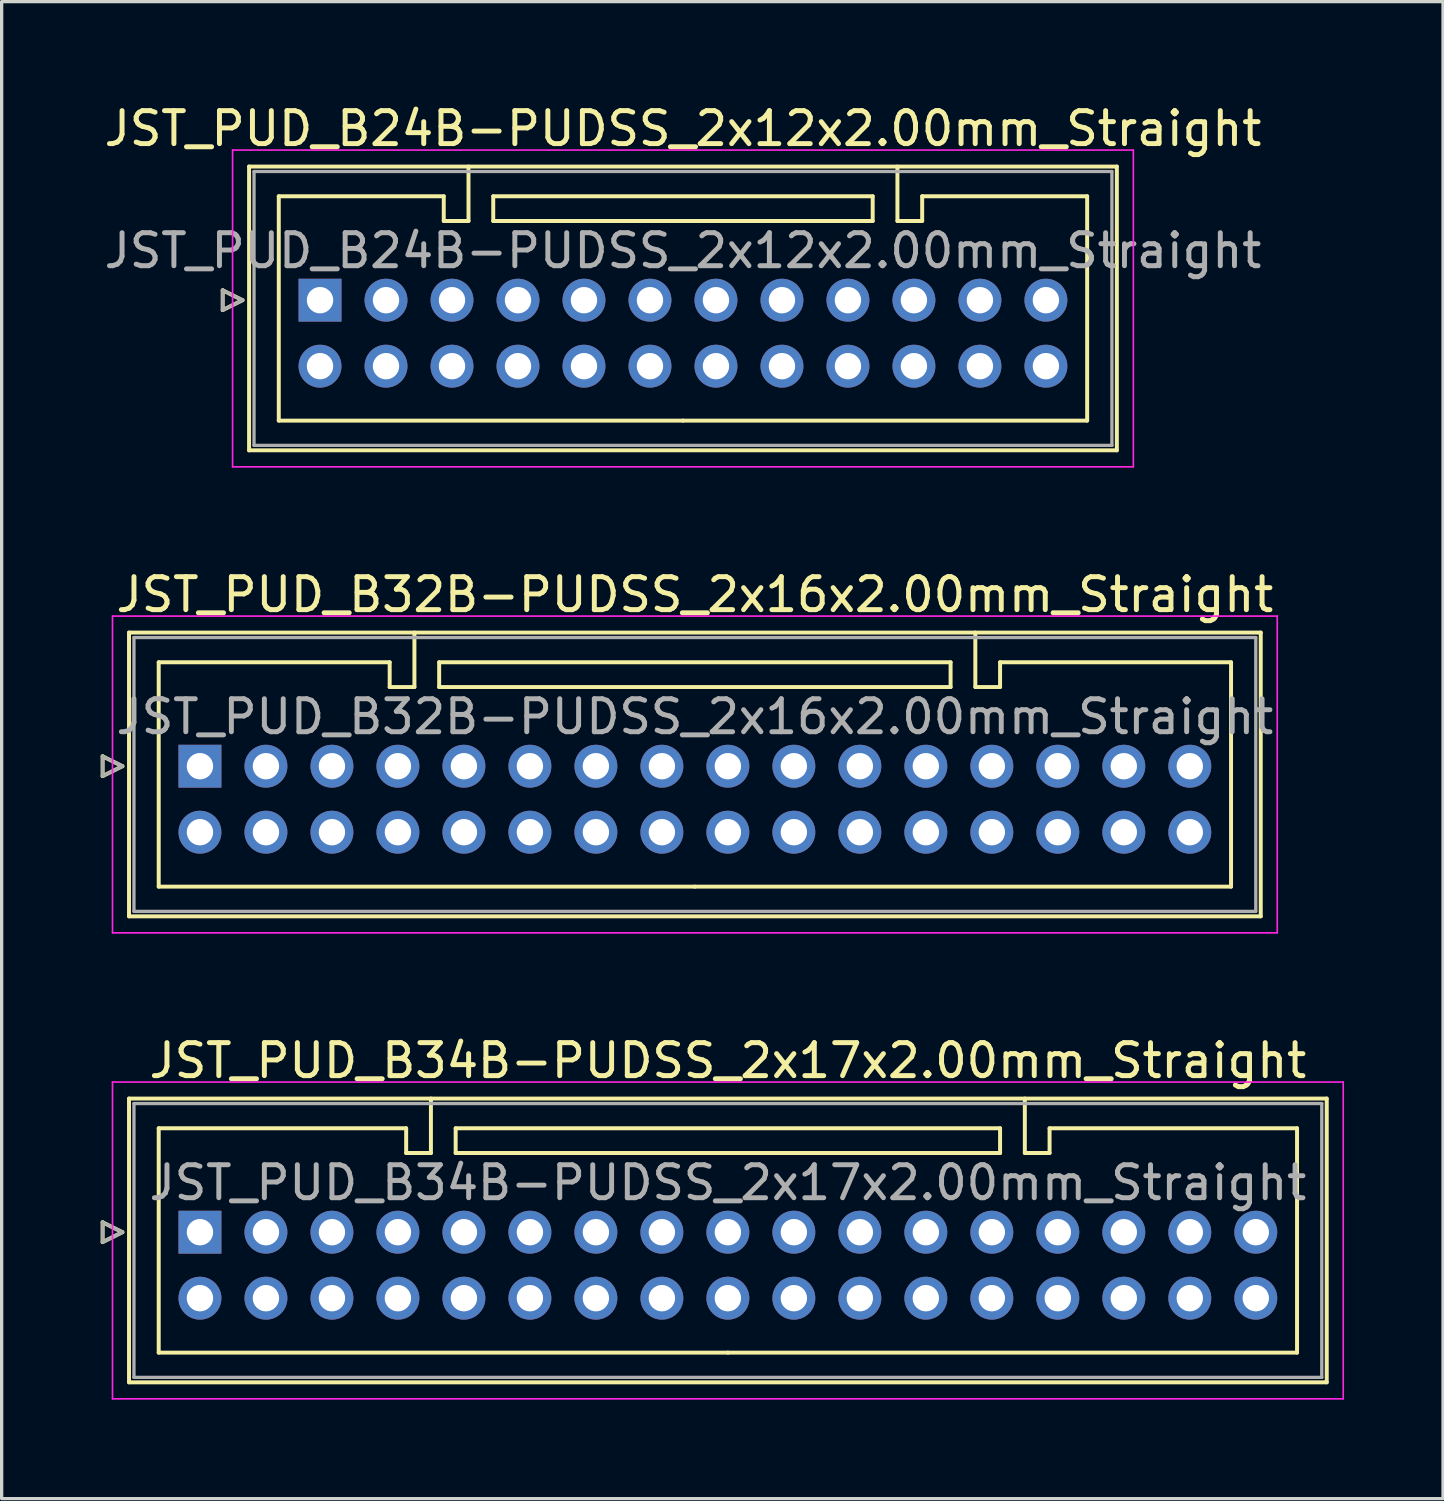
<source format=kicad_pcb>
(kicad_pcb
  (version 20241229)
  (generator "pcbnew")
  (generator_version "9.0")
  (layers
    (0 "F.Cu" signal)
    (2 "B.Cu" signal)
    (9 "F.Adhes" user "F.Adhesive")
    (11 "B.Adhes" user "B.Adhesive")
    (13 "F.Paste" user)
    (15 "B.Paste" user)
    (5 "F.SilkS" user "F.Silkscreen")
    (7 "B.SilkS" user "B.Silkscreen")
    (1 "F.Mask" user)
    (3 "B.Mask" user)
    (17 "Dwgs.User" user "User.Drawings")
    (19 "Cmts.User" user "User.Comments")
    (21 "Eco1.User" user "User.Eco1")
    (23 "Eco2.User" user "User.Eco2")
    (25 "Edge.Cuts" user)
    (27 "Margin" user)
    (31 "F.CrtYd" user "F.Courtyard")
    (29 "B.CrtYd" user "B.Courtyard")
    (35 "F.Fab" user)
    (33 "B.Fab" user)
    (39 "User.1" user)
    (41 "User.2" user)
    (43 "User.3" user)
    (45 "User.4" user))
  (footprint "JST_PUD_B34B-PUDSS_2x17x2.00mm_Straight"
    (layer "F.Cu")
    (at 3.01 34.295)
    (property "Reference" "JST_PUD_B34B-PUDSS_2x17x2.00mm_Straight" (at 16 -5.2 0) (layer "F.SilkS") (effects (font (size 1 1) (thickness 0.15))))
    (attr through_hole)
    (fp_line (start -2.95 -0.3) (end -2.35 0) (stroke (width 0.12) (type solid)) (layer "F.SilkS"))
    (fp_line (start -2.95 0.3) (end -2.95 -0.3) (stroke (width 0.12) (type solid)) (layer "F.SilkS"))
    (fp_line (start -2.35 0) (end -2.95 0.3) (stroke (width 0.12) (type solid)) (layer "F.SilkS"))
    (fp_line (start -2.15 -4.05) (end -2.15 4.55) (stroke (width 0.12) (type solid)) (layer "F.SilkS"))
    (fp_line (start -2.15 4.55) (end 34.15 4.55) (stroke (width 0.12) (type solid)) (layer "F.SilkS"))
    (fp_line (start -1.25 -3.15) (end -1.25 3.65) (stroke (width 0.12) (type solid)) (layer "F.SilkS"))
    (fp_line (start -1.25 3.65) (end 16 3.65) (stroke (width 0.12) (type solid)) (layer "F.SilkS"))
    (fp_line (start 6.25 -3.15) (end -1.25 -3.15) (stroke (width 0.12) (type solid)) (layer "F.SilkS"))
    (fp_line (start 6.25 -2.4) (end 6.25 -3.15) (stroke (width 0.12) (type solid)) (layer "F.SilkS"))
    (fp_line (start 7 -4.05) (end 7 -2.4) (stroke (width 0.12) (type solid)) (layer "F.SilkS"))
    (fp_line (start 7 -2.4) (end 6.25 -2.4) (stroke (width 0.12) (type solid)) (layer "F.SilkS"))
    (fp_line (start 7.75 -3.15) (end 7.75 -2.4) (stroke (width 0.12) (type solid)) (layer "F.SilkS"))
    (fp_line (start 7.75 -2.4) (end 24.25 -2.4) (stroke (width 0.12) (type solid)) (layer "F.SilkS"))
    (fp_line (start 24.25 -3.15) (end 7.75 -3.15) (stroke (width 0.12) (type solid)) (layer "F.SilkS"))
    (fp_line (start 24.25 -2.4) (end 24.25 -3.15) (stroke (width 0.12) (type solid)) (layer "F.SilkS"))
    (fp_line (start 25 -4.05) (end 25 -2.4) (stroke (width 0.12) (type solid)) (layer "F.SilkS"))
    (fp_line (start 25 -2.4) (end 25.75 -2.4) (stroke (width 0.12) (type solid)) (layer "F.SilkS"))
    (fp_line (start 25.75 -3.15) (end 33.25 -3.15) (stroke (width 0.12) (type solid)) (layer "F.SilkS"))
    (fp_line (start 25.75 -2.4) (end 25.75 -3.15) (stroke (width 0.12) (type solid)) (layer "F.SilkS"))
    (fp_line (start 33.25 -3.15) (end 33.25 3.65) (stroke (width 0.12) (type solid)) (layer "F.SilkS"))
    (fp_line (start 33.25 3.65) (end 16 3.65) (stroke (width 0.12) (type solid)) (layer "F.SilkS"))
    (fp_line (start 34.15 -4.05) (end -2.15 -4.05) (stroke (width 0.12) (type solid)) (layer "F.SilkS"))
    (fp_line (start 34.15 4.55) (end 34.15 -4.05) (stroke (width 0.12) (type solid)) (layer "F.SilkS"))
    (fp_line (start -2.65 -4.55) (end -2.65 5.05) (stroke (width 0.05) (type solid)) (layer "F.CrtYd"))
    (fp_line (start -2.65 5.05) (end 34.65 5.05) (stroke (width 0.05) (type solid)) (layer "F.CrtYd"))
    (fp_line (start 34.65 -4.55) (end -2.65 -4.55) (stroke (width 0.05) (type solid)) (layer "F.CrtYd"))
    (fp_line (start 34.65 5.05) (end 34.65 -4.55) (stroke (width 0.05) (type solid)) (layer "F.CrtYd"))
    (fp_line (start -2.95 -0.3) (end -2.35 0) (stroke (width 0.1) (type solid)) (layer "F.Fab"))
    (fp_line (start -2.95 0.3) (end -2.95 -0.3) (stroke (width 0.1) (type solid)) (layer "F.Fab"))
    (fp_line (start -2.35 0) (end -2.95 0.3) (stroke (width 0.1) (type solid)) (layer "F.Fab"))
    (fp_line (start -2 -3.9) (end -2 4.4) (stroke (width 0.1) (type solid)) (layer "F.Fab"))
    (fp_line (start -2 4.4) (end 34 4.4) (stroke (width 0.1) (type solid)) (layer "F.Fab"))
    (fp_line (start 34 -3.9) (end -2 -3.9) (stroke (width 0.1) (type solid)) (layer "F.Fab"))
    (fp_line (start 34 4.4) (end 34 -3.9) (stroke (width 0.1) (type solid)) (layer "F.Fab"))
    (fp_text user "${REFERENCE}" (at 16 -1.5 0) (layer "F.Fab") (effects (font (size 1 1) (thickness 0.15))))
    (pad "1" thru_hole rect (at 0 0) (size 1.3 1.3) (drill 0.8) (layers "*.Cu" "*.Mask"))
    (pad "2" thru_hole circle (at 0 2) (size 1.3 1.3) (drill 0.8) (layers "*.Cu" "*.Mask"))
    (pad "3" thru_hole circle (at 2 0) (size 1.3 1.3) (drill 0.8) (layers "*.Cu" "*.Mask"))
    (pad "4" thru_hole circle (at 2 2) (size 1.3 1.3) (drill 0.8) (layers "*.Cu" "*.Mask"))
    (pad "5" thru_hole circle (at 4 0) (size 1.3 1.3) (drill 0.8) (layers "*.Cu" "*.Mask"))
    (pad "6" thru_hole circle (at 4 2) (size 1.3 1.3) (drill 0.8) (layers "*.Cu" "*.Mask"))
    (pad "7" thru_hole circle (at 6 0) (size 1.3 1.3) (drill 0.8) (layers "*.Cu" "*.Mask"))
    (pad "8" thru_hole circle (at 6 2) (size 1.3 1.3) (drill 0.8) (layers "*.Cu" "*.Mask"))
    (pad "9" thru_hole circle (at 8 0) (size 1.3 1.3) (drill 0.8) (layers "*.Cu" "*.Mask"))
    (pad "10" thru_hole circle (at 8 2) (size 1.3 1.3) (drill 0.8) (layers "*.Cu" "*.Mask"))
    (pad "11" thru_hole circle (at 10 0) (size 1.3 1.3) (drill 0.8) (layers "*.Cu" "*.Mask"))
    (pad "12" thru_hole circle (at 10 2) (size 1.3 1.3) (drill 0.8) (layers "*.Cu" "*.Mask"))
    (pad "13" thru_hole circle (at 12 0) (size 1.3 1.3) (drill 0.8) (layers "*.Cu" "*.Mask"))
    (pad "14" thru_hole circle (at 12 2) (size 1.3 1.3) (drill 0.8) (layers "*.Cu" "*.Mask"))
    (pad "15" thru_hole circle (at 14 0) (size 1.3 1.3) (drill 0.8) (layers "*.Cu" "*.Mask"))
    (pad "16" thru_hole circle (at 14 2) (size 1.3 1.3) (drill 0.8) (layers "*.Cu" "*.Mask"))
    (pad "17" thru_hole circle (at 16 0) (size 1.3 1.3) (drill 0.8) (layers "*.Cu" "*.Mask"))
    (pad "18" thru_hole circle (at 16 2) (size 1.3 1.3) (drill 0.8) (layers "*.Cu" "*.Mask"))
    (pad "19" thru_hole circle (at 18 0) (size 1.3 1.3) (drill 0.8) (layers "*.Cu" "*.Mask"))
    (pad "20" thru_hole circle (at 18 2) (size 1.3 1.3) (drill 0.8) (layers "*.Cu" "*.Mask"))
    (pad "21" thru_hole circle (at 20 0) (size 1.3 1.3) (drill 0.8) (layers "*.Cu" "*.Mask"))
    (pad "22" thru_hole circle (at 20 2) (size 1.3 1.3) (drill 0.8) (layers "*.Cu" "*.Mask"))
    (pad "23" thru_hole circle (at 22 0) (size 1.3 1.3) (drill 0.8) (layers "*.Cu" "*.Mask"))
    (pad "24" thru_hole circle (at 22 2) (size 1.3 1.3) (drill 0.8) (layers "*.Cu" "*.Mask"))
    (pad "25" thru_hole circle (at 24 0) (size 1.3 1.3) (drill 0.8) (layers "*.Cu" "*.Mask"))
    (pad "26" thru_hole circle (at 24 2) (size 1.3 1.3) (drill 0.8) (layers "*.Cu" "*.Mask"))
    (pad "27" thru_hole circle (at 26 0) (size 1.3 1.3) (drill 0.8) (layers "*.Cu" "*.Mask"))
    (pad "28" thru_hole circle (at 26 2) (size 1.3 1.3) (drill 0.8) (layers "*.Cu" "*.Mask"))
    (pad "29" thru_hole circle (at 28 0) (size 1.3 1.3) (drill 0.8) (layers "*.Cu" "*.Mask"))
    (pad "30" thru_hole circle (at 28 2) (size 1.3 1.3) (drill 0.8) (layers "*.Cu" "*.Mask"))
    (pad "31" thru_hole circle (at 30 0) (size 1.3 1.3) (drill 0.8) (layers "*.Cu" "*.Mask"))
    (pad "32" thru_hole circle (at 30 2) (size 1.3 1.3) (drill 0.8) (layers "*.Cu" "*.Mask"))
    (pad "33" thru_hole circle (at 32 0) (size 1.3 1.3) (drill 0.8) (layers "*.Cu" "*.Mask"))
    (pad "34" thru_hole circle (at 32 2) (size 1.3 1.3) (drill 0.8) (layers "*.Cu" "*.Mask")))
  (footprint "JST_PUD_B32B-PUDSS_2x16x2.00mm_Straight"
    (layer "F.Cu")
    (at 3.01 20.172)
    (property "Reference" "JST_PUD_B32B-PUDSS_2x16x2.00mm_Straight" (at 15 -5.2 0) (layer "F.SilkS") (effects (font (size 1 1) (thickness 0.15))))
    (attr through_hole)
    (fp_line (start -2.95 -0.3) (end -2.35 0) (stroke (width 0.12) (type solid)) (layer "F.SilkS"))
    (fp_line (start -2.95 0.3) (end -2.95 -0.3) (stroke (width 0.12) (type solid)) (layer "F.SilkS"))
    (fp_line (start -2.35 0) (end -2.95 0.3) (stroke (width 0.12) (type solid)) (layer "F.SilkS"))
    (fp_line (start -2.15 -4.05) (end -2.15 4.55) (stroke (width 0.12) (type solid)) (layer "F.SilkS"))
    (fp_line (start -2.15 4.55) (end 32.15 4.55) (stroke (width 0.12) (type solid)) (layer "F.SilkS"))
    (fp_line (start -1.25 -3.15) (end -1.25 3.65) (stroke (width 0.12) (type solid)) (layer "F.SilkS"))
    (fp_line (start -1.25 3.65) (end 15 3.65) (stroke (width 0.12) (type solid)) (layer "F.SilkS"))
    (fp_line (start 5.75 -3.15) (end -1.25 -3.15) (stroke (width 0.12) (type solid)) (layer "F.SilkS"))
    (fp_line (start 5.75 -2.4) (end 5.75 -3.15) (stroke (width 0.12) (type solid)) (layer "F.SilkS"))
    (fp_line (start 6.5 -4.05) (end 6.5 -2.4) (stroke (width 0.12) (type solid)) (layer "F.SilkS"))
    (fp_line (start 6.5 -2.4) (end 5.75 -2.4) (stroke (width 0.12) (type solid)) (layer "F.SilkS"))
    (fp_line (start 7.25 -3.15) (end 7.25 -2.4) (stroke (width 0.12) (type solid)) (layer "F.SilkS"))
    (fp_line (start 7.25 -2.4) (end 22.75 -2.4) (stroke (width 0.12) (type solid)) (layer "F.SilkS"))
    (fp_line (start 22.75 -3.15) (end 7.25 -3.15) (stroke (width 0.12) (type solid)) (layer "F.SilkS"))
    (fp_line (start 22.75 -2.4) (end 22.75 -3.15) (stroke (width 0.12) (type solid)) (layer "F.SilkS"))
    (fp_line (start 23.5 -4.05) (end 23.5 -2.4) (stroke (width 0.12) (type solid)) (layer "F.SilkS"))
    (fp_line (start 23.5 -2.4) (end 24.25 -2.4) (stroke (width 0.12) (type solid)) (layer "F.SilkS"))
    (fp_line (start 24.25 -3.15) (end 31.25 -3.15) (stroke (width 0.12) (type solid)) (layer "F.SilkS"))
    (fp_line (start 24.25 -2.4) (end 24.25 -3.15) (stroke (width 0.12) (type solid)) (layer "F.SilkS"))
    (fp_line (start 31.25 -3.15) (end 31.25 3.65) (stroke (width 0.12) (type solid)) (layer "F.SilkS"))
    (fp_line (start 31.25 3.65) (end 15 3.65) (stroke (width 0.12) (type solid)) (layer "F.SilkS"))
    (fp_line (start 32.15 -4.05) (end -2.15 -4.05) (stroke (width 0.12) (type solid)) (layer "F.SilkS"))
    (fp_line (start 32.15 4.55) (end 32.15 -4.05) (stroke (width 0.12) (type solid)) (layer "F.SilkS"))
    (fp_line (start -2.65 -4.55) (end -2.65 5.05) (stroke (width 0.05) (type solid)) (layer "F.CrtYd"))
    (fp_line (start -2.65 5.05) (end 32.65 5.05) (stroke (width 0.05) (type solid)) (layer "F.CrtYd"))
    (fp_line (start 32.65 -4.55) (end -2.65 -4.55) (stroke (width 0.05) (type solid)) (layer "F.CrtYd"))
    (fp_line (start 32.65 5.05) (end 32.65 -4.55) (stroke (width 0.05) (type solid)) (layer "F.CrtYd"))
    (fp_line (start -2.95 -0.3) (end -2.35 0) (stroke (width 0.1) (type solid)) (layer "F.Fab"))
    (fp_line (start -2.95 0.3) (end -2.95 -0.3) (stroke (width 0.1) (type solid)) (layer "F.Fab"))
    (fp_line (start -2.35 0) (end -2.95 0.3) (stroke (width 0.1) (type solid)) (layer "F.Fab"))
    (fp_line (start -2 -3.9) (end -2 4.4) (stroke (width 0.1) (type solid)) (layer "F.Fab"))
    (fp_line (start -2 4.4) (end 32 4.4) (stroke (width 0.1) (type solid)) (layer "F.Fab"))
    (fp_line (start 32 -3.9) (end -2 -3.9) (stroke (width 0.1) (type solid)) (layer "F.Fab"))
    (fp_line (start 32 4.4) (end 32 -3.9) (stroke (width 0.1) (type solid)) (layer "F.Fab"))
    (fp_text user "${REFERENCE}" (at 15 -1.5 0) (layer "F.Fab") (effects (font (size 1 1) (thickness 0.15))))
    (pad "1" thru_hole rect (at 0 0) (size 1.3 1.3) (drill 0.8) (layers "*.Cu" "*.Mask"))
    (pad "2" thru_hole circle (at 0 2) (size 1.3 1.3) (drill 0.8) (layers "*.Cu" "*.Mask"))
    (pad "3" thru_hole circle (at 2 0) (size 1.3 1.3) (drill 0.8) (layers "*.Cu" "*.Mask"))
    (pad "4" thru_hole circle (at 2 2) (size 1.3 1.3) (drill 0.8) (layers "*.Cu" "*.Mask"))
    (pad "5" thru_hole circle (at 4 0) (size 1.3 1.3) (drill 0.8) (layers "*.Cu" "*.Mask"))
    (pad "6" thru_hole circle (at 4 2) (size 1.3 1.3) (drill 0.8) (layers "*.Cu" "*.Mask"))
    (pad "7" thru_hole circle (at 6 0) (size 1.3 1.3) (drill 0.8) (layers "*.Cu" "*.Mask"))
    (pad "8" thru_hole circle (at 6 2) (size 1.3 1.3) (drill 0.8) (layers "*.Cu" "*.Mask"))
    (pad "9" thru_hole circle (at 8 0) (size 1.3 1.3) (drill 0.8) (layers "*.Cu" "*.Mask"))
    (pad "10" thru_hole circle (at 8 2) (size 1.3 1.3) (drill 0.8) (layers "*.Cu" "*.Mask"))
    (pad "11" thru_hole circle (at 10 0) (size 1.3 1.3) (drill 0.8) (layers "*.Cu" "*.Mask"))
    (pad "12" thru_hole circle (at 10 2) (size 1.3 1.3) (drill 0.8) (layers "*.Cu" "*.Mask"))
    (pad "13" thru_hole circle (at 12 0) (size 1.3 1.3) (drill 0.8) (layers "*.Cu" "*.Mask"))
    (pad "14" thru_hole circle (at 12 2) (size 1.3 1.3) (drill 0.8) (layers "*.Cu" "*.Mask"))
    (pad "15" thru_hole circle (at 14 0) (size 1.3 1.3) (drill 0.8) (layers "*.Cu" "*.Mask"))
    (pad "16" thru_hole circle (at 14 2) (size 1.3 1.3) (drill 0.8) (layers "*.Cu" "*.Mask"))
    (pad "17" thru_hole circle (at 16 0) (size 1.3 1.3) (drill 0.8) (layers "*.Cu" "*.Mask"))
    (pad "18" thru_hole circle (at 16 2) (size 1.3 1.3) (drill 0.8) (layers "*.Cu" "*.Mask"))
    (pad "19" thru_hole circle (at 18 0) (size 1.3 1.3) (drill 0.8) (layers "*.Cu" "*.Mask"))
    (pad "20" thru_hole circle (at 18 2) (size 1.3 1.3) (drill 0.8) (layers "*.Cu" "*.Mask"))
    (pad "21" thru_hole circle (at 20 0) (size 1.3 1.3) (drill 0.8) (layers "*.Cu" "*.Mask"))
    (pad "22" thru_hole circle (at 20 2) (size 1.3 1.3) (drill 0.8) (layers "*.Cu" "*.Mask"))
    (pad "23" thru_hole circle (at 22 0) (size 1.3 1.3) (drill 0.8) (layers "*.Cu" "*.Mask"))
    (pad "24" thru_hole circle (at 22 2) (size 1.3 1.3) (drill 0.8) (layers "*.Cu" "*.Mask"))
    (pad "25" thru_hole circle (at 24 0) (size 1.3 1.3) (drill 0.8) (layers "*.Cu" "*.Mask"))
    (pad "26" thru_hole circle (at 24 2) (size 1.3 1.3) (drill 0.8) (layers "*.Cu" "*.Mask"))
    (pad "27" thru_hole circle (at 26 0) (size 1.3 1.3) (drill 0.8) (layers "*.Cu" "*.Mask"))
    (pad "28" thru_hole circle (at 26 2) (size 1.3 1.3) (drill 0.8) (layers "*.Cu" "*.Mask"))
    (pad "29" thru_hole circle (at 28 0) (size 1.3 1.3) (drill 0.8) (layers "*.Cu" "*.Mask"))
    (pad "30" thru_hole circle (at 28 2) (size 1.3 1.3) (drill 0.8) (layers "*.Cu" "*.Mask"))
    (pad "31" thru_hole circle (at 30 0) (size 1.3 1.3) (drill 0.8) (layers "*.Cu" "*.Mask"))
    (pad "32" thru_hole circle (at 30 2) (size 1.3 1.3) (drill 0.8) (layers "*.Cu" "*.Mask")))
  (footprint "JST_PUD_B24B-PUDSS_2x12x2.00mm_Straight"
    (layer "F.Cu")
    (at 6.649 6.048)
    (property "Reference" "JST_PUD_B24B-PUDSS_2x12x2.00mm_Straight" (at 11 -5.2 0) (layer "F.SilkS") (effects (font (size 1 1) (thickness 0.15))))
    (attr through_hole)
    (fp_line (start -2.95 -0.3) (end -2.35 0) (stroke (width 0.12) (type solid)) (layer "F.SilkS"))
    (fp_line (start -2.95 0.3) (end -2.95 -0.3) (stroke (width 0.12) (type solid)) (layer "F.SilkS"))
    (fp_line (start -2.35 0) (end -2.95 0.3) (stroke (width 0.12) (type solid)) (layer "F.SilkS"))
    (fp_line (start -2.15 -4.05) (end -2.15 4.55) (stroke (width 0.12) (type solid)) (layer "F.SilkS"))
    (fp_line (start -2.15 4.55) (end 24.15 4.55) (stroke (width 0.12) (type solid)) (layer "F.SilkS"))
    (fp_line (start -1.25 -3.15) (end -1.25 3.65) (stroke (width 0.12) (type solid)) (layer "F.SilkS"))
    (fp_line (start -1.25 3.65) (end 11 3.65) (stroke (width 0.12) (type solid)) (layer "F.SilkS"))
    (fp_line (start 3.75 -3.15) (end -1.25 -3.15) (stroke (width 0.12) (type solid)) (layer "F.SilkS"))
    (fp_line (start 3.75 -2.4) (end 3.75 -3.15) (stroke (width 0.12) (type solid)) (layer "F.SilkS"))
    (fp_line (start 4.5 -4.05) (end 4.5 -2.4) (stroke (width 0.12) (type solid)) (layer "F.SilkS"))
    (fp_line (start 4.5 -2.4) (end 3.75 -2.4) (stroke (width 0.12) (type solid)) (layer "F.SilkS"))
    (fp_line (start 5.25 -3.15) (end 5.25 -2.4) (stroke (width 0.12) (type solid)) (layer "F.SilkS"))
    (fp_line (start 5.25 -2.4) (end 16.75 -2.4) (stroke (width 0.12) (type solid)) (layer "F.SilkS"))
    (fp_line (start 16.75 -3.15) (end 5.25 -3.15) (stroke (width 0.12) (type solid)) (layer "F.SilkS"))
    (fp_line (start 16.75 -2.4) (end 16.75 -3.15) (stroke (width 0.12) (type solid)) (layer "F.SilkS"))
    (fp_line (start 17.5 -4.05) (end 17.5 -2.4) (stroke (width 0.12) (type solid)) (layer "F.SilkS"))
    (fp_line (start 17.5 -2.4) (end 18.25 -2.4) (stroke (width 0.12) (type solid)) (layer "F.SilkS"))
    (fp_line (start 18.25 -3.15) (end 23.25 -3.15) (stroke (width 0.12) (type solid)) (layer "F.SilkS"))
    (fp_line (start 18.25 -2.4) (end 18.25 -3.15) (stroke (width 0.12) (type solid)) (layer "F.SilkS"))
    (fp_line (start 23.25 -3.15) (end 23.25 3.65) (stroke (width 0.12) (type solid)) (layer "F.SilkS"))
    (fp_line (start 23.25 3.65) (end 11 3.65) (stroke (width 0.12) (type solid)) (layer "F.SilkS"))
    (fp_line (start 24.15 -4.05) (end -2.15 -4.05) (stroke (width 0.12) (type solid)) (layer "F.SilkS"))
    (fp_line (start 24.15 4.55) (end 24.15 -4.05) (stroke (width 0.12) (type solid)) (layer "F.SilkS"))
    (fp_line (start -2.65 -4.55) (end -2.65 5.05) (stroke (width 0.05) (type solid)) (layer "F.CrtYd"))
    (fp_line (start -2.65 5.05) (end 24.65 5.05) (stroke (width 0.05) (type solid)) (layer "F.CrtYd"))
    (fp_line (start 24.65 -4.55) (end -2.65 -4.55) (stroke (width 0.05) (type solid)) (layer "F.CrtYd"))
    (fp_line (start 24.65 5.05) (end 24.65 -4.55) (stroke (width 0.05) (type solid)) (layer "F.CrtYd"))
    (fp_line (start -2.95 -0.3) (end -2.35 0) (stroke (width 0.1) (type solid)) (layer "F.Fab"))
    (fp_line (start -2.95 0.3) (end -2.95 -0.3) (stroke (width 0.1) (type solid)) (layer "F.Fab"))
    (fp_line (start -2.35 0) (end -2.95 0.3) (stroke (width 0.1) (type solid)) (layer "F.Fab"))
    (fp_line (start -2 -3.9) (end -2 4.4) (stroke (width 0.1) (type solid)) (layer "F.Fab"))
    (fp_line (start -2 4.4) (end 24 4.4) (stroke (width 0.1) (type solid)) (layer "F.Fab"))
    (fp_line (start 24 -3.9) (end -2 -3.9) (stroke (width 0.1) (type solid)) (layer "F.Fab"))
    (fp_line (start 24 4.4) (end 24 -3.9) (stroke (width 0.1) (type solid)) (layer "F.Fab"))
    (fp_text user "${REFERENCE}" (at 11 -1.5 0) (layer "F.Fab") (effects (font (size 1 1) (thickness 0.15))))
    (pad "1" thru_hole rect (at 0 0) (size 1.3 1.3) (drill 0.8) (layers "*.Cu" "*.Mask"))
    (pad "2" thru_hole circle (at 0 2) (size 1.3 1.3) (drill 0.8) (layers "*.Cu" "*.Mask"))
    (pad "3" thru_hole circle (at 2 0) (size 1.3 1.3) (drill 0.8) (layers "*.Cu" "*.Mask"))
    (pad "4" thru_hole circle (at 2 2) (size 1.3 1.3) (drill 0.8) (layers "*.Cu" "*.Mask"))
    (pad "5" thru_hole circle (at 4 0) (size 1.3 1.3) (drill 0.8) (layers "*.Cu" "*.Mask"))
    (pad "6" thru_hole circle (at 4 2) (size 1.3 1.3) (drill 0.8) (layers "*.Cu" "*.Mask"))
    (pad "7" thru_hole circle (at 6 0) (size 1.3 1.3) (drill 0.8) (layers "*.Cu" "*.Mask"))
    (pad "8" thru_hole circle (at 6 2) (size 1.3 1.3) (drill 0.8) (layers "*.Cu" "*.Mask"))
    (pad "9" thru_hole circle (at 8 0) (size 1.3 1.3) (drill 0.8) (layers "*.Cu" "*.Mask"))
    (pad "10" thru_hole circle (at 8 2) (size 1.3 1.3) (drill 0.8) (layers "*.Cu" "*.Mask"))
    (pad "11" thru_hole circle (at 10 0) (size 1.3 1.3) (drill 0.8) (layers "*.Cu" "*.Mask"))
    (pad "12" thru_hole circle (at 10 2) (size 1.3 1.3) (drill 0.8) (layers "*.Cu" "*.Mask"))
    (pad "13" thru_hole circle (at 12 0) (size 1.3 1.3) (drill 0.8) (layers "*.Cu" "*.Mask"))
    (pad "14" thru_hole circle (at 12 2) (size 1.3 1.3) (drill 0.8) (layers "*.Cu" "*.Mask"))
    (pad "15" thru_hole circle (at 14 0) (size 1.3 1.3) (drill 0.8) (layers "*.Cu" "*.Mask"))
    (pad "16" thru_hole circle (at 14 2) (size 1.3 1.3) (drill 0.8) (layers "*.Cu" "*.Mask"))
    (pad "17" thru_hole circle (at 16 0) (size 1.3 1.3) (drill 0.8) (layers "*.Cu" "*.Mask"))
    (pad "18" thru_hole circle (at 16 2) (size 1.3 1.3) (drill 0.8) (layers "*.Cu" "*.Mask"))
    (pad "19" thru_hole circle (at 18 0) (size 1.3 1.3) (drill 0.8) (layers "*.Cu" "*.Mask"))
    (pad "20" thru_hole circle (at 18 2) (size 1.3 1.3) (drill 0.8) (layers "*.Cu" "*.Mask"))
    (pad "21" thru_hole circle (at 20 0) (size 1.3 1.3) (drill 0.8) (layers "*.Cu" "*.Mask"))
    (pad "22" thru_hole circle (at 20 2) (size 1.3 1.3) (drill 0.8) (layers "*.Cu" "*.Mask"))
    (pad "23" thru_hole circle (at 22 0) (size 1.3 1.3) (drill 0.8) (layers "*.Cu" "*.Mask"))
    (pad "24" thru_hole circle (at 22 2) (size 1.3 1.3) (drill 0.8) (layers "*.Cu" "*.Mask")))
  (gr_rect
    (start -3 -3)
    (end 40.685 42.37)
    (stroke (width 0.1) (type default))
    (fill no)
    (layer "Edge.Cuts")))
</source>
